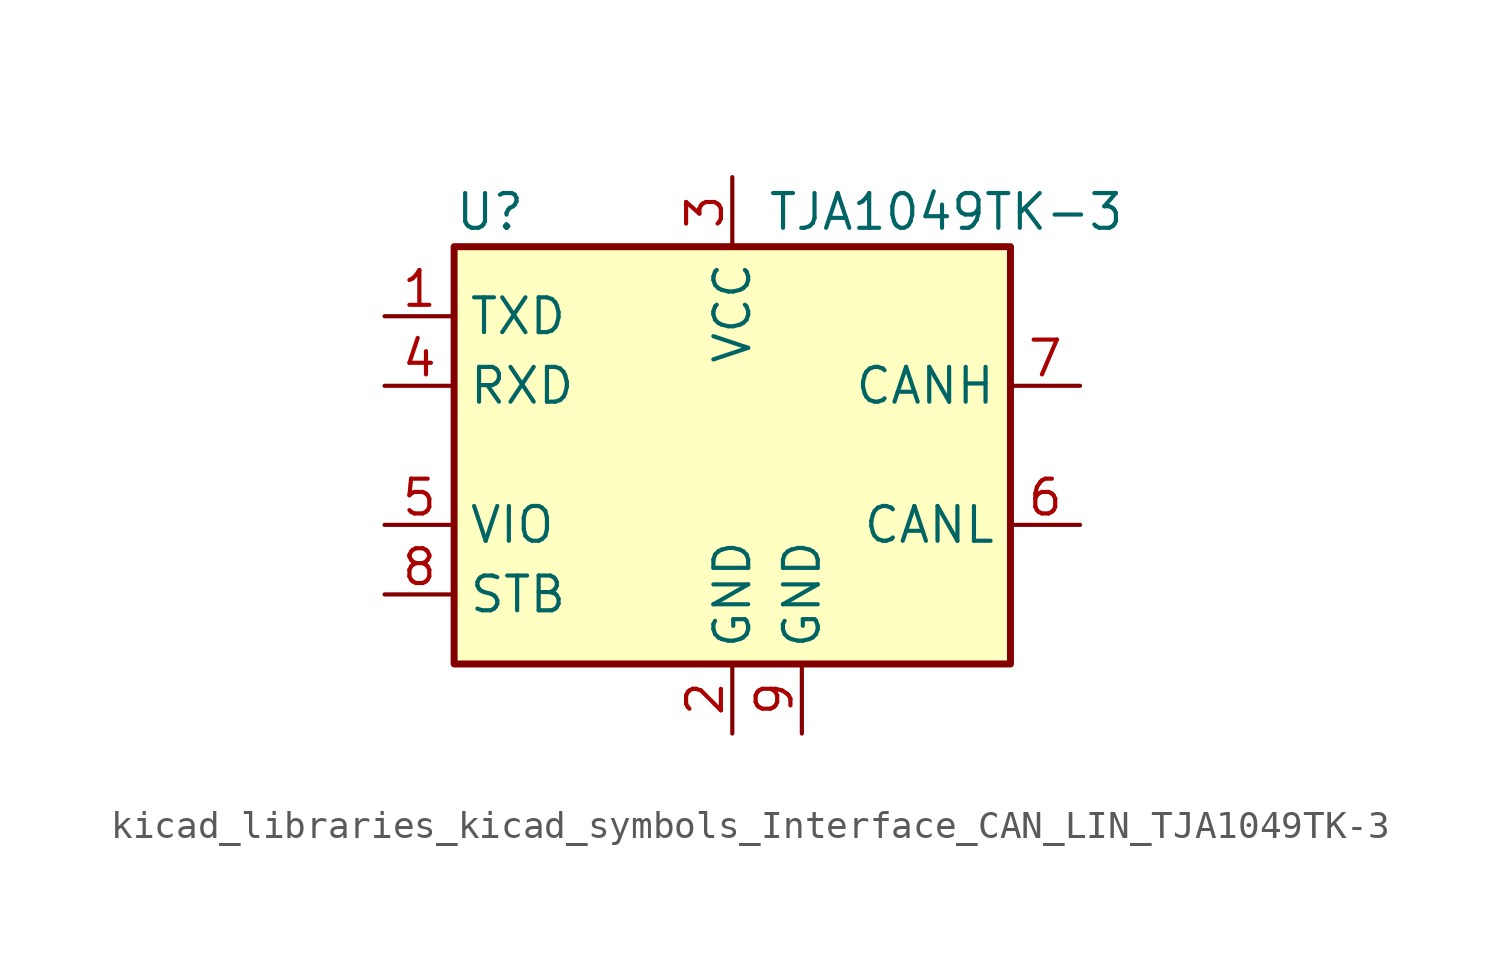
<source format=kicad_sym>
(kicad_symbol_lib
  (version 20220914)
  (generator kicad_symbol_editor)
  (symbol "kicad_libraries_kicad_symbols_Interface_CAN_LIN_TJA1049TK-3"
    (property "Reference" "U"
      (at -10.16 8.89 0)
      (effects (font (size 1.27 1.27)) (justify left)))
    (property "Value" "TJA1049TK-3"
      (at 1.27 8.89 0)
      (effects (font (size 1.27 1.27)) (justify left)))
    (symbol "kicad_libraries_kicad_symbols_Interface_CAN_LIN_TJA1049TK-3_0_1"
      (rectangle (start -10.16 7.62) (end 10.16 -7.62) (stroke (width 0.254) (type default)) (fill (type background))))
    (symbol "kicad_libraries_kicad_symbols_Interface_CAN_LIN_TJA1049TK-3_1_1"
      (pin input line (at -12.7 5.08 0) (length 2.54) (name "TXD" (effects (font (size 1.27 1.27)))) (number "1" (effects (font (size 1.27 1.27)))))
      (pin power_in line (at 0 -10.16 90) (length 2.54) (name "GND" (effects (font (size 1.27 1.27)))) (number "2" (effects (font (size 1.27 1.27)))))
      (pin power_in line (at 0 10.16 270) (length 2.54) (name "VCC" (effects (font (size 1.27 1.27)))) (number "3" (effects (font (size 1.27 1.27)))))
      (pin output line (at -12.7 2.54 0) (length 2.54) (name "RXD" (effects (font (size 1.27 1.27)))) (number "4" (effects (font (size 1.27 1.27)))))
      (pin power_in line (at -12.7 -2.54 0) (length 2.54) (name "VIO" (effects (font (size 1.27 1.27)))) (number "5" (effects (font (size 1.27 1.27)))))
      (pin bidirectional line (at 12.7 -2.54 180) (length 2.54) (name "CANL" (effects (font (size 1.27 1.27)))) (number "6" (effects (font (size 1.27 1.27)))))
      (pin bidirectional line (at 12.7 2.54 180) (length 2.54) (name "CANH" (effects (font (size 1.27 1.27)))) (number "7" (effects (font (size 1.27 1.27)))))
      (pin input line (at -12.7 -5.08 0) (length 2.54) (name "STB" (effects (font (size 1.27 1.27)))) (number "8" (effects (font (size 1.27 1.27)))))
      (pin power_in line (at 2.54 -10.16 90) (length 2.54) (name "GND" (effects (font (size 1.27 1.27)))) (number "9" (effects (font (size 1.27 1.27))))))))
</source>
